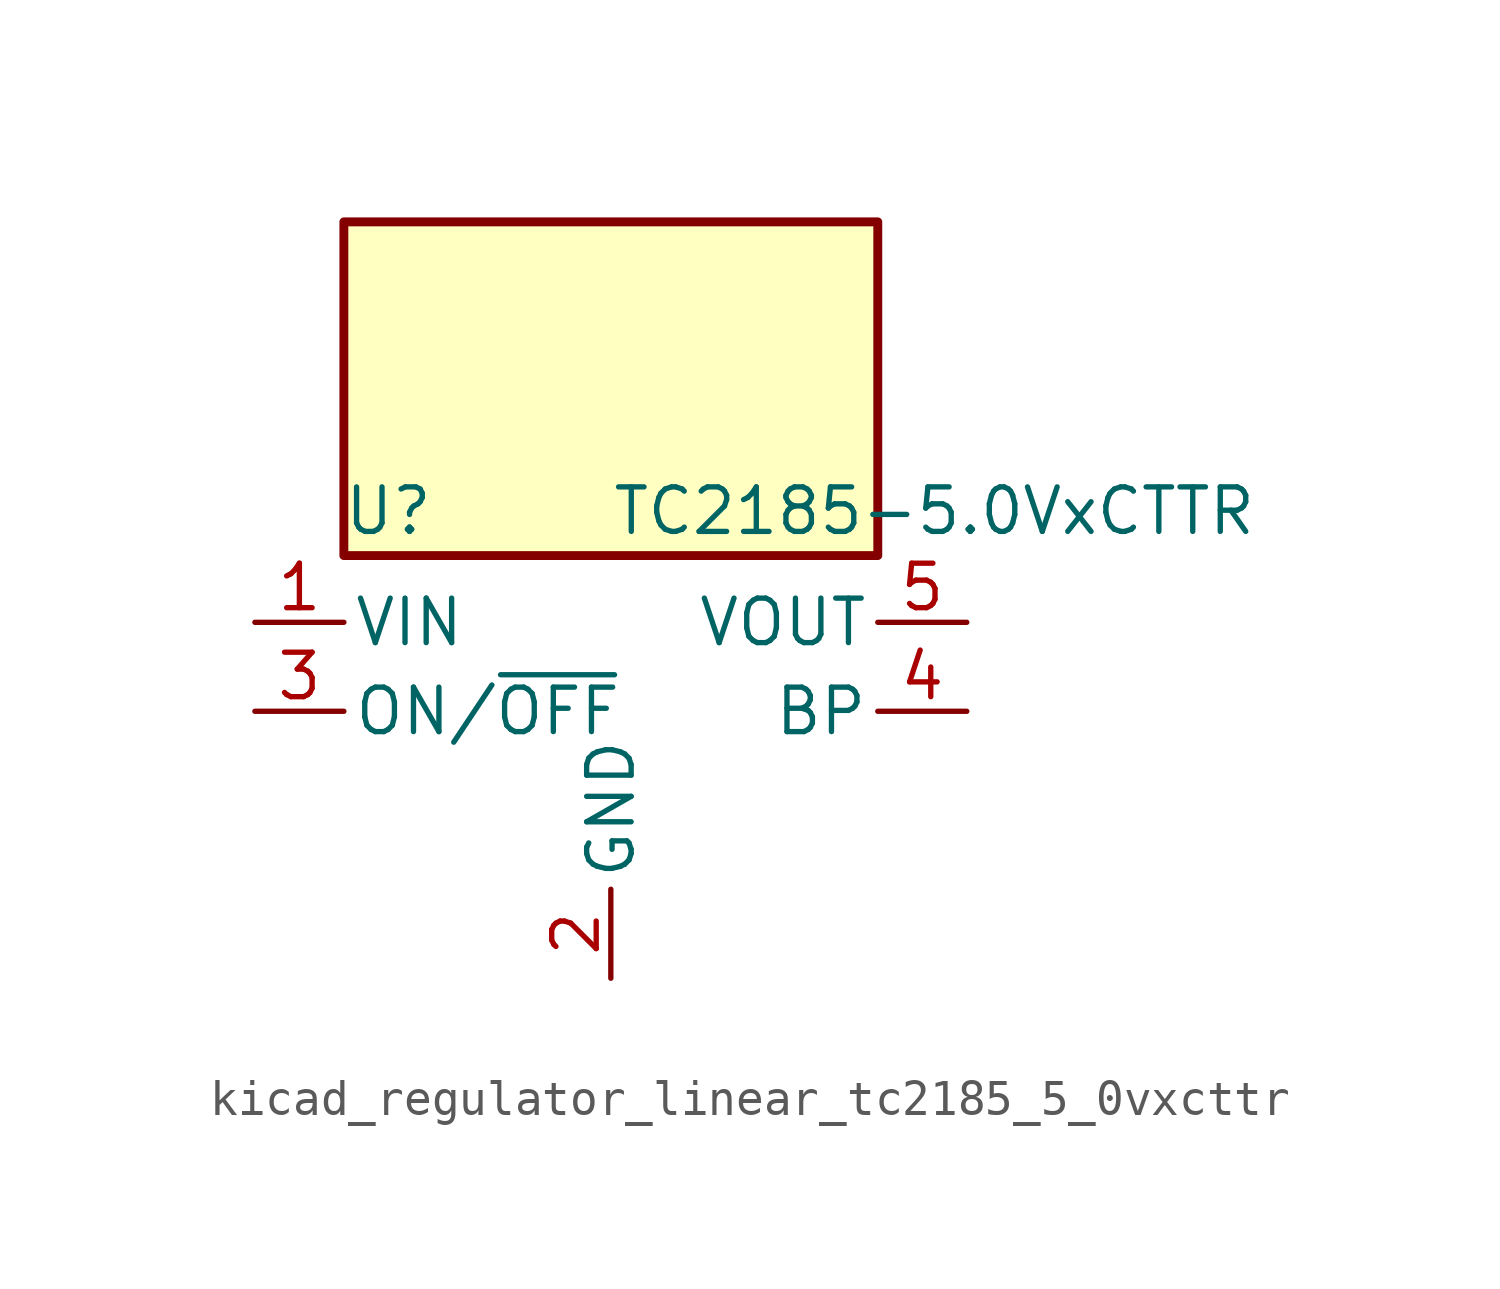
<source format=kicad_sym>
(kicad_symbol_lib
  (version 20220914)
  (generator kicad_symbol_editor)
  (symbol "kicad_regulator_linear_tc2185_5_0vxcttr"
    (pin_names
      (offset 0.254))
    (property "Reference" "U"
      (at -6.35 5.715 0)
      (effects (font (size 1.27 1.27))))
    (property "Value" "TC2185-5.0VxCTTR"
      (at 0 5.715 0)
      (effects (font (size 1.27 1.27)) (justify left)))
    (symbol "kicad_regulator_linear_tc2185_5_0vxcttr_0_1"
      (rectangle (start 7.62 13.97) (end -7.62 4.445) (stroke (width 0.254) (type default)) (fill (type background))))
    (symbol "kicad_regulator_linear_tc2185_5_0vxcttr_1_1"
      (pin power_in line (at -10.16 2.54 0) (length 2.54) (name "VIN" (effects (font (size 1.27 1.27)))) (number "1" (effects (font (size 1.27 1.27)))))
      (pin power_in line (at 0 -7.62 90) (length 2.54) (name "GND" (effects (font (size 1.27 1.27)))) (number "2" (effects (font (size 1.27 1.27)))))
      (pin input line (at -10.16 0 0) (length 2.54) (name "ON/~{OFF}" (effects (font (size 1.27 1.27)))) (number "3" (effects (font (size 1.27 1.27)))))
      (pin input line (at 10.16 0 180) (length 2.54) (name "BP" (effects (font (size 1.27 1.27)))) (number "4" (effects (font (size 1.27 1.27)))))
      (pin power_out line (at 10.16 2.54 180) (length 2.54) (name "VOUT" (effects (font (size 1.27 1.27)))) (number "5" (effects (font (size 1.27 1.27))))))))
</source>
